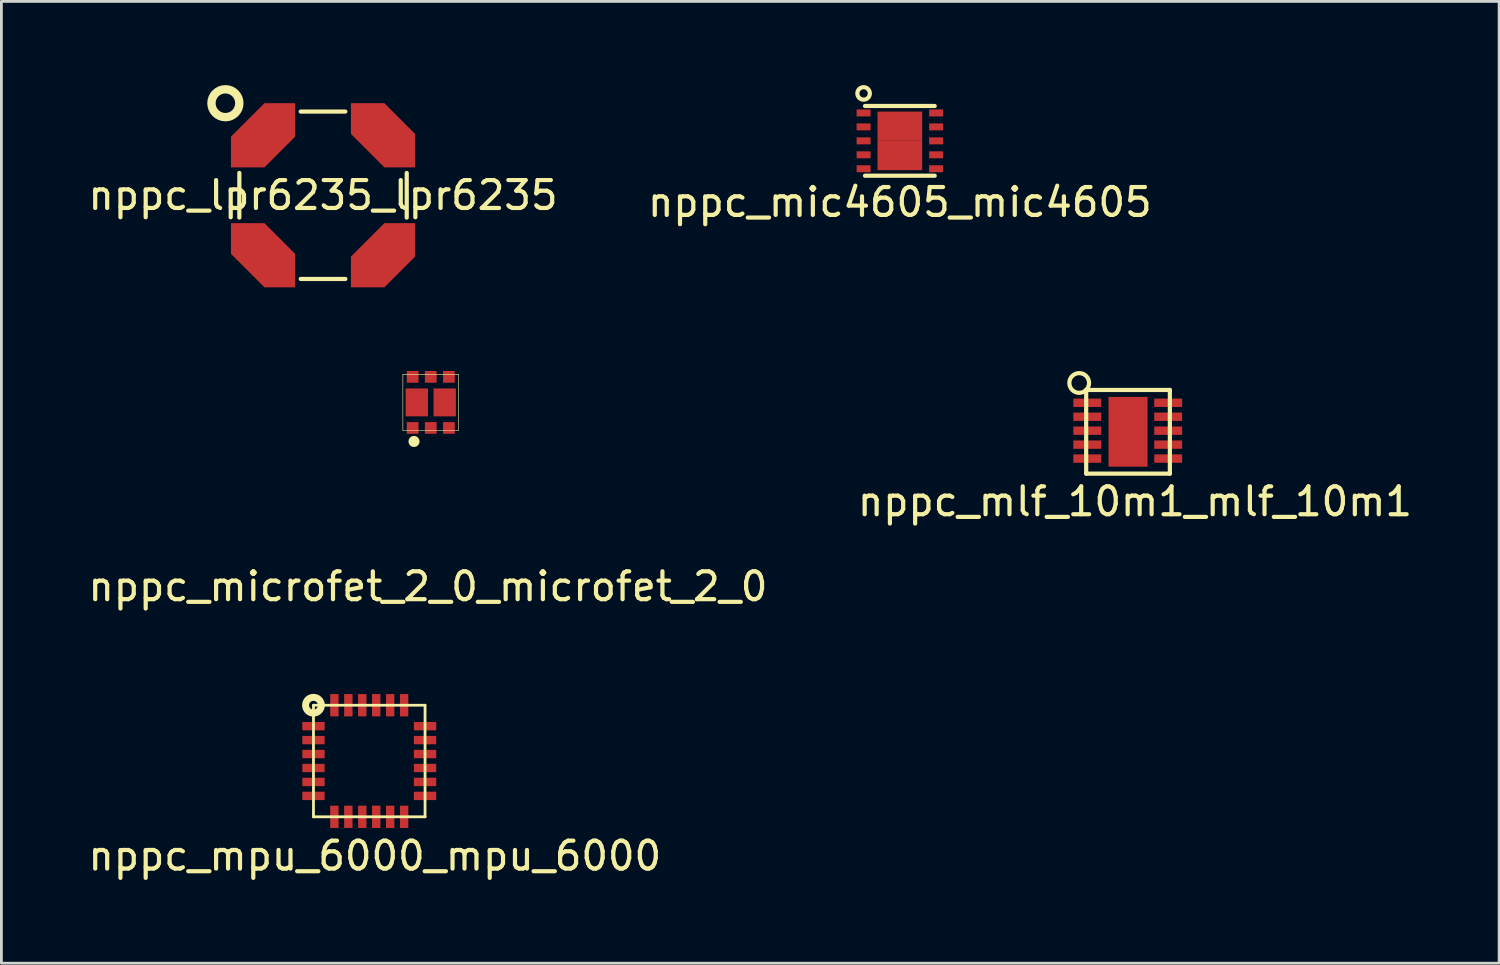
<source format=kicad_pcb>
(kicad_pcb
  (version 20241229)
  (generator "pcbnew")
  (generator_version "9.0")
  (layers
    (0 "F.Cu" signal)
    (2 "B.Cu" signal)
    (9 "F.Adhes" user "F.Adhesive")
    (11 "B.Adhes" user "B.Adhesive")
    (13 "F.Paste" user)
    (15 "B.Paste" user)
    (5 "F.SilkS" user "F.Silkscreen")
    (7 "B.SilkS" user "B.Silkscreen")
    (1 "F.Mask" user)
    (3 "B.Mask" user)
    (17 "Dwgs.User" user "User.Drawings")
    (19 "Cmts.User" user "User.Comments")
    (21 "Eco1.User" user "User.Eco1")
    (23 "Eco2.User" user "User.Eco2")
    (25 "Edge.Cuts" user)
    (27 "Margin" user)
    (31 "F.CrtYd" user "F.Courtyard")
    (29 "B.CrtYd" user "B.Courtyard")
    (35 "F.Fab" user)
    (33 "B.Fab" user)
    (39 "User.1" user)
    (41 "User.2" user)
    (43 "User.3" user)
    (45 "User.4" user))
  (footprint "nppc_mpu_6000_mpu_6000"
    (layer "F.Cu")
    (at 10.187 24.231)
    (property "Reference" "nppc_mpu_6000_mpu_6000" (at 0.2 3.4 0) (layer "F.SilkS") (effects (font (size 1 1) (thickness 0.15))))
    (attr through_hole)
    (fp_line (start -2 -2) (end 2 -2) (stroke (width 0.1) (type solid)) (layer "F.SilkS"))
    (fp_line (start -2 2) (end -2 -2) (stroke (width 0.1) (type solid)) (layer "F.SilkS"))
    (fp_line (start 2 -2) (end 2 2) (stroke (width 0.1) (type solid)) (layer "F.SilkS"))
    (fp_line (start 2 2) (end -2 2) (stroke (width 0.1) (type solid)) (layer "F.SilkS"))
    (fp_circle (center -2 -2) (end -1.8 -1.8) (stroke (width 0.25) (type solid)) (fill no) (layer "F.SilkS"))
    (pad "1" smd rect (at -2 -1.25 90) (size 0.3 0.8) (layers "F.Cu" "F.Mask" "F.Paste"))
    (pad "2" smd rect (at -2 -0.75 90) (size 0.3 0.8) (layers "F.Cu" "F.Mask" "F.Paste"))
    (pad "3" smd rect (at -2 -0.25 90) (size 0.3 0.8) (layers "F.Cu" "F.Mask" "F.Paste"))
    (pad "4" smd rect (at -2 0.25 90) (size 0.3 0.8) (layers "F.Cu" "F.Mask" "F.Paste"))
    (pad "5" smd rect (at -2 0.75 90) (size 0.3 0.8) (layers "F.Cu" "F.Mask" "F.Paste"))
    (pad "6" smd rect (at -2 1.25 90) (size 0.3 0.8) (layers "F.Cu" "F.Mask" "F.Paste"))
    (pad "7" smd rect (at -1.25 2) (size 0.3 0.8) (layers "F.Cu" "F.Mask" "F.Paste"))
    (pad "8" smd rect (at -0.75 2) (size 0.3 0.8) (layers "F.Cu" "F.Mask" "F.Paste"))
    (pad "9" smd rect (at -0.25 2) (size 0.3 0.8) (layers "F.Cu" "F.Mask" "F.Paste"))
    (pad "10" smd rect (at 0.25 2) (size 0.3 0.8) (layers "F.Cu" "F.Mask" "F.Paste"))
    (pad "11" smd rect (at 0.75 2) (size 0.3 0.8) (layers "F.Cu" "F.Mask" "F.Paste"))
    (pad "12" smd rect (at 1.25 2) (size 0.3 0.8) (layers "F.Cu" "F.Mask" "F.Paste"))
    (pad "13" smd rect (at 2 1.25 90) (size 0.3 0.8) (layers "F.Cu" "F.Mask" "F.Paste"))
    (pad "14" smd rect (at 2 0.75 90) (size 0.3 0.8) (layers "F.Cu" "F.Mask" "F.Paste"))
    (pad "15" smd rect (at 2 0.25 90) (size 0.3 0.8) (layers "F.Cu" "F.Mask" "F.Paste"))
    (pad "16" smd rect (at 2 -0.25 90) (size 0.3 0.8) (layers "F.Cu" "F.Mask" "F.Paste"))
    (pad "17" smd rect (at 2 -0.75 90) (size 0.3 0.8) (layers "F.Cu" "F.Mask" "F.Paste"))
    (pad "18" smd rect (at 2 -1.25 90) (size 0.3 0.8) (layers "F.Cu" "F.Mask" "F.Paste"))
    (pad "19" smd rect (at 1.25 -2) (size 0.3 0.8) (layers "F.Cu" "F.Mask" "F.Paste"))
    (pad "20" smd rect (at 0.75 -2) (size 0.3 0.8) (layers "F.Cu" "F.Mask" "F.Paste"))
    (pad "21" smd rect (at 0.25 -2) (size 0.3 0.8) (layers "F.Cu" "F.Mask" "F.Paste"))
    (pad "22" smd rect (at -0.25 -2) (size 0.3 0.8) (layers "F.Cu" "F.Mask" "F.Paste"))
    (pad "23" smd rect (at -0.75 -2) (size 0.3 0.8) (layers "F.Cu" "F.Mask" "F.Paste"))
    (pad "24" smd rect (at -1.25 -2) (size 0.3 0.8) (layers "F.Cu" "F.Mask" "F.Paste")))
  (footprint "nppc_mic4605_mic4605"
    (layer "F.Cu")
    (at 29.208 1.999)
    (property "Reference" "nppc_mic4605_mic4605" (at 0 2.2 0) (layer "F.SilkS") (effects (font (size 1 1) (thickness 0.15))))
    (attr through_hole)
    (fp_line (start -1.25 -1.25) (end 1.25 -1.25) (stroke (width 0.15) (type solid)) (layer "F.SilkS"))
    (fp_line (start 1.25 1.25) (end -1.25 1.25) (stroke (width 0.15) (type solid)) (layer "F.SilkS"))
    (fp_circle (center -1.3 -1.7) (end -1.2 -1.5) (stroke (width 0.15) (type solid)) (fill no) (layer "F.SilkS"))
    (pad "1" smd rect (at -1.3 -1) (size 0.5 0.25) (layers "F.Cu" "F.Mask" "F.Paste"))
    (pad "2" smd rect (at -1.3 -0.5) (size 0.5 0.25) (layers "F.Cu" "F.Mask" "F.Paste"))
    (pad "3" smd rect (at -1.3 0) (size 0.5 0.25) (layers "F.Cu" "F.Mask" "F.Paste"))
    (pad "4" smd rect (at -1.3 0.5) (size 0.5 0.25) (layers "F.Cu" "F.Mask" "F.Paste"))
    (pad "5" smd rect (at -1.3 1) (size 0.5 0.25) (layers "F.Cu" "F.Mask" "F.Paste"))
    (pad "6" smd rect (at 1.3 1) (size 0.5 0.25) (layers "F.Cu" "F.Mask" "F.Paste"))
    (pad "7" smd rect (at 1.3 0.5) (size 0.5 0.25) (layers "F.Cu" "F.Mask" "F.Paste"))
    (pad "8" smd rect (at 0 -0.525 180) (size 1.6 1.05) (layers "F.Cu" "F.Mask" "F.Paste"))
    (pad "8" smd rect (at 0 0.525 180) (size 1.6 1.05) (layers "F.Cu" "F.Mask" "F.Paste"))
    (pad "8" smd rect (at 1.3 0) (size 0.5 0.25) (layers "F.Cu" "F.Mask" "F.Paste"))
    (pad "9" smd rect (at 1.3 -0.5) (size 0.5 0.25) (layers "F.Cu" "F.Mask" "F.Paste"))
    (pad "10" smd rect (at 1.3 -1) (size 0.5 0.25) (layers "F.Cu" "F.Mask" "F.Paste")))
  (footprint "nppc_microfet_2_0_microfet_2_0"
    (layer "F.Cu")
    (at 12.392 11.375)
    (property "Reference" "nppc_microfet_2_0_microfet_2_0" (at -0.1 6.6 0) (layer "F.SilkS") (effects (font (size 1 1) (thickness 0.15))))
    (attr through_hole)
    (fp_line (start -1 -1) (end 1 -1) (stroke (width 0.02) (type solid)) (layer "F.SilkS"))
    (fp_line (start -1 1) (end -1 -1) (stroke (width 0.02) (type solid)) (layer "F.SilkS"))
    (fp_line (start 1 -1) (end 1 1) (stroke (width 0.02) (type solid)) (layer "F.SilkS"))
    (fp_line (start 1 1) (end -1 1) (stroke (width 0.02) (type solid)) (layer "F.SilkS"))
    (fp_circle (center -0.6 1.4) (end -0.5 1.4) (stroke (width 0.2) (type solid)) (fill no) (layer "F.SilkS"))
    (pad "1" smd rect (at -0.65 0.915) (size 0.42 0.42) (layers "F.Cu" "F.Mask" "F.Paste"))
    (pad "2" smd rect (at 0 0.915) (size 0.42 0.42) (layers "F.Cu" "F.Mask" "F.Paste"))
    (pad "3" smd rect (at 0.5 0) (size 0.8 1) (layers "F.Cu" "F.Mask" "F.Paste"))
    (pad "3" smd rect (at 0.65 0.915) (size 0.42 0.42) (layers "F.Cu" "F.Mask" "F.Paste"))
    (pad "4" smd rect (at 0.65 -0.915) (size 0.42 0.42) (layers "F.Cu" "F.Mask" "F.Paste"))
    (pad "5" smd rect (at 0 -0.915) (size 0.42 0.42) (layers "F.Cu" "F.Mask" "F.Paste"))
    (pad "6" smd rect (at -0.65 -0.915) (size 0.42 0.42) (layers "F.Cu" "F.Mask" "F.Paste"))
    (pad "6" smd rect (at -0.5 0) (size 0.8 1) (layers "F.Cu" "F.Mask" "F.Paste")))
  (footprint "nppc_mlf_10m1_mlf_10m1"
    (layer "F.Cu")
    (at 37.337 12.429)
    (property "Reference" "nppc_mlf_10m1_mlf_10m1" (at 0.3 2.5 0) (layer "F.SilkS") (effects (font (size 1 1) (thickness 0.15))))
    (attr through_hole)
    (fp_line (start -1.45 -1.5) (end -1.45 1.5) (stroke (width 0.15) (type solid)) (layer "F.SilkS"))
    (fp_line (start -1.45 1.5) (end 1.55 1.5) (stroke (width 0.15) (type solid)) (layer "F.SilkS"))
    (fp_line (start 1.55 -1.5) (end -1.45 -1.5) (stroke (width 0.15) (type solid)) (layer "F.SilkS"))
    (fp_line (start 1.55 1.5) (end 1.55 -1.5) (stroke (width 0.15) (type solid)) (layer "F.SilkS"))
    (fp_circle (center -1.7 -1.75) (end -1.45 -1.5) (stroke (width 0.15) (type solid)) (fill no) (layer "F.SilkS"))
    (pad "1" smd rect (at -1.41 -1.04) (size 1 0.3) (layers "F.Cu" "F.Mask" "F.Paste"))
    (pad "2" smd rect (at -1.41 -0.54) (size 1 0.3) (layers "F.Cu" "F.Mask" "F.Paste"))
    (pad "3" smd rect (at -1.41 -0.04) (size 1 0.3) (layers "F.Cu" "F.Mask" "F.Paste"))
    (pad "4" smd rect (at -1.41 0.46) (size 1 0.3) (layers "F.Cu" "F.Mask" "F.Paste"))
    (pad "5" smd rect (at -1.41 0.96) (size 1 0.3) (layers "F.Cu" "F.Mask" "F.Paste"))
    (pad "5" smd rect (at 0.05 0) (size 1.4 2.5) (layers "F.Cu" "F.Mask" "F.Paste"))
    (pad "6" smd rect (at 1.49 0.96) (size 1 0.3) (layers "F.Cu" "F.Mask" "F.Paste"))
    (pad "7" smd rect (at 1.49 0.46) (size 1 0.3) (layers "F.Cu" "F.Mask" "F.Paste"))
    (pad "8" smd rect (at 1.49 -0.04) (size 1 0.3) (layers "F.Cu" "F.Mask" "F.Paste"))
    (pad "9" smd rect (at 1.49 -0.54) (size 1 0.3) (layers "F.Cu" "F.Mask" "F.Paste"))
    (pad "10" smd rect (at 1.49 -1.04) (size 1 0.3) (layers "F.Cu" "F.Mask" "F.Paste")))
  (footprint "nppc_lpr6235_lpr6235"
    (layer "F.Cu")
    (at 8.53 3.95)
    (property "Reference" "nppc_lpr6235_lpr6235" (at 0 0 0) (layer "F.SilkS") (effects (font (size 1 1) (thickness 0.15))))
    (attr through_hole)
    (fp_line (start -3 0.8) (end -3 -0.8) (stroke (width 0.15) (type solid)) (layer "F.SilkS"))
    (fp_line (start -0.8 -3) (end 0.8 -3) (stroke (width 0.15) (type solid)) (layer "F.SilkS"))
    (fp_line (start 0.8 3) (end -0.8 3) (stroke (width 0.15) (type solid)) (layer "F.SilkS"))
    (fp_line (start 3 -0.8) (end 3 0.8) (stroke (width 0.15) (type solid)) (layer "F.SilkS"))
    (fp_circle (center -3.5 -3.3) (end -3 -3.3) (stroke (width 0.3) (type solid)) (fill no) (layer "F.SilkS"))
    (pad "1" smd custom (at -2.15 -2.15) (size 1 1) (layers "F.Cu" "F.Mask" "F.Paste") (options (anchor rect)) (primitives (gr_poly (pts (xy -1.15 1.15) (xy 0.05 1.15) (xy 1.15 0.05) (xy 1.15 -1.15) (xy 0.05 -1.15) (xy -1.15 0.05)) (width 0) (fill yes))))
    (pad "2" smd custom (at -2.15 2.15 90) (size 1 1) (layers "F.Cu" "F.Mask" "F.Paste") (options (anchor rect)) (primitives (gr_poly (pts (xy -1.15 1.15) (xy 0.05 1.15) (xy 1.15 0.05) (xy 1.15 -1.15) (xy 0.05 -1.15) (xy -1.15 0.05)) (width 0) (fill yes))))
    (pad "3" smd custom (at 2.15 2.15) (size 1 1) (layers "F.Cu" "F.Mask" "F.Paste") (options (anchor rect)) (primitives (gr_poly (pts (xy -1.15 1.15) (xy 0.05 1.15) (xy 1.15 0.05) (xy 1.15 -1.15) (xy 0.05 -1.15) (xy -1.15 0.05)) (width 0) (fill yes))))
    (pad "4" smd custom (at 2.15 -2.15 90) (size 1 1) (layers "F.Cu" "F.Mask" "F.Paste") (options (anchor rect)) (primitives (gr_poly (pts (xy -1.15 1.15) (xy 0.05 1.15) (xy 1.15 0.05) (xy 1.15 -1.15) (xy 0.05 -1.15) (xy -1.15 0.05)) (width 0) (fill yes)))))
  (gr_rect
    (start -3 -3)
    (end 50.69 31.479)
    (stroke (width 0.1) (type default))
    (fill no)
    (layer "Edge.Cuts")))
</source>
